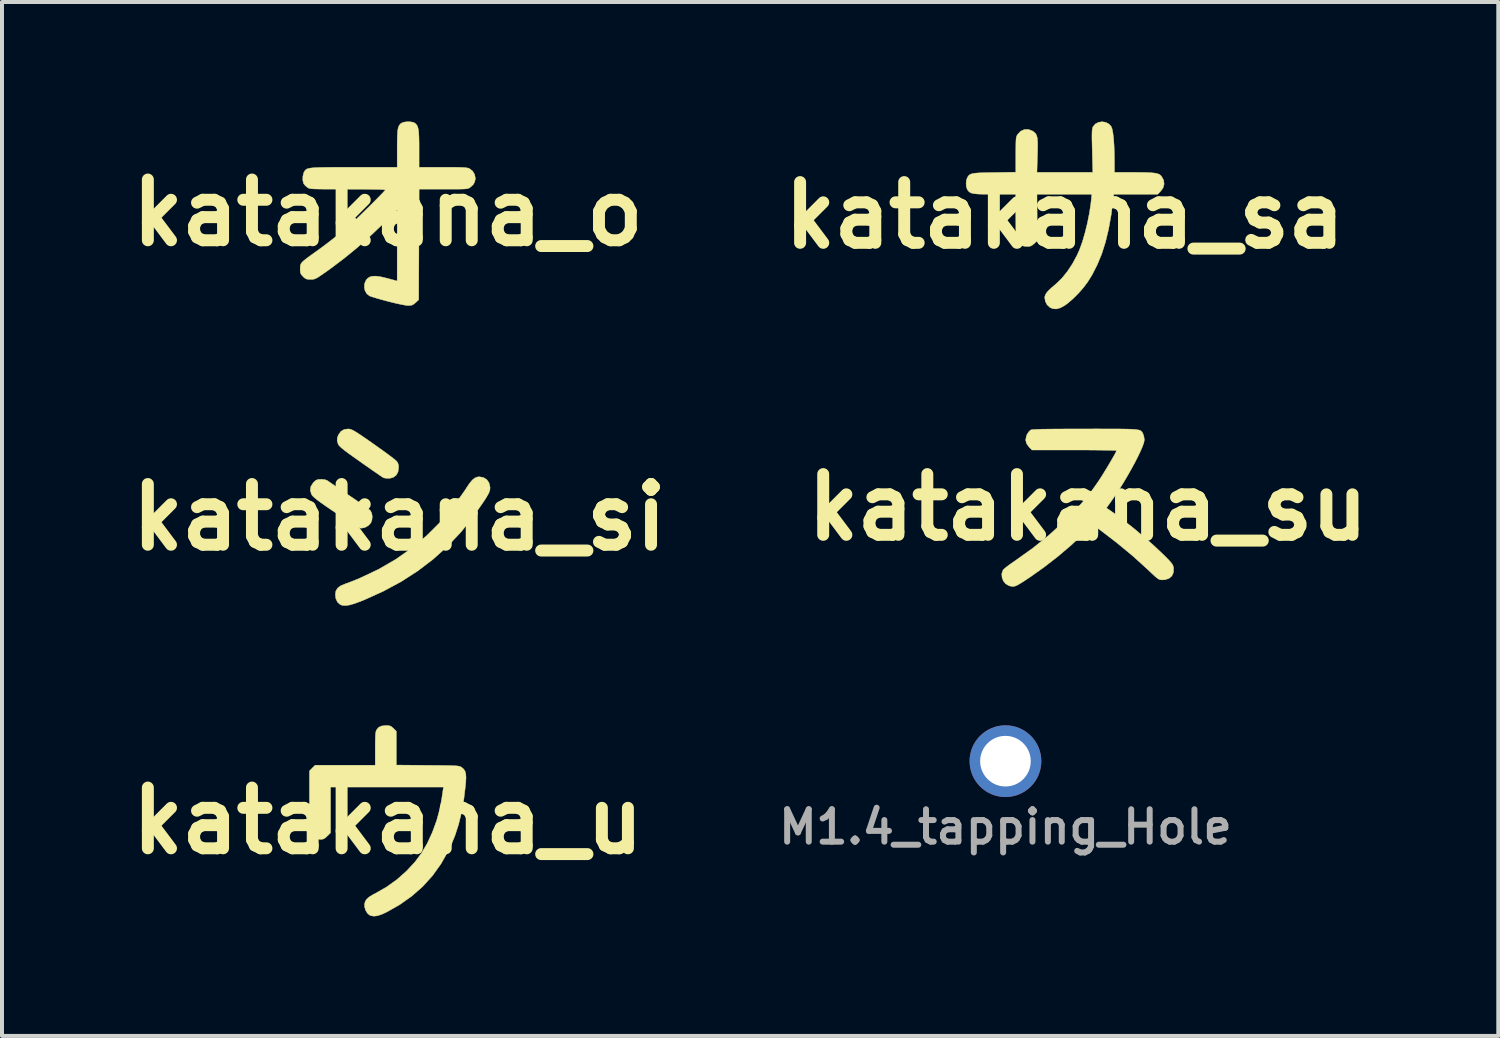
<source format=kicad_pcb>
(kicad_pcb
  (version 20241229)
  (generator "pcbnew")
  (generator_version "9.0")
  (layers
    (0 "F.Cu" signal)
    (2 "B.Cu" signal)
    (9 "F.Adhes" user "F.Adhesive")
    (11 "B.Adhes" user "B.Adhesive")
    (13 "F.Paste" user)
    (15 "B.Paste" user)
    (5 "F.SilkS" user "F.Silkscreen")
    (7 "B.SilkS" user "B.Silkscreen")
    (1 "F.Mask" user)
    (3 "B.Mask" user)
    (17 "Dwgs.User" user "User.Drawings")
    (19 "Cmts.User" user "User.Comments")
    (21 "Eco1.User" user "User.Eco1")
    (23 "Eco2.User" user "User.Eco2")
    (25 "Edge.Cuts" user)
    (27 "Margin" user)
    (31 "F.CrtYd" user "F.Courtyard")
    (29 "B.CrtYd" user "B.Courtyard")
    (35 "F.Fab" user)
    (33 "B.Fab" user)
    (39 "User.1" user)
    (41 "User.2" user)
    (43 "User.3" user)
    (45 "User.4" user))
  (footprint "katakana_si"
    (layer "F.Cu")
    (at 6.974 9.931)
    (property "Reference" "katakana_si" (at 0 0 0) (layer "F.SilkS") (effects (font (size 1.524 1.524) (thickness 0.3))))
    (attr through_hole)
    (fp_poly (pts (xy -1.27 -2.216) (xy -1.239 -2.211) (xy -1.204 -2.2) (xy -1.161 -2.18) (xy -1.105 -2.148) (xy -1.033 -2.103) (xy -0.94 -2.04) (xy -0.821 -1.959) (xy -0.673 -1.855) (xy -0.656 -1.843) (xy -0.522 -1.748) (xy -0.397 -1.659) (xy -0.286 -1.577) (xy -0.194 -1.508) (xy -0.125 -1.455) (xy -0.085 -1.421) (xy -0.079 -1.416) (xy -0.042 -1.367) (xy -0.025 -1.312) (xy -0.021 -1.248) (xy -0.036 -1.138) (xy -0.081 -1.057) (xy -0.15 -1.004) (xy -0.225 -0.981) (xy -0.311 -0.976) (xy -0.389 -0.988) (xy -0.413 -0.999) (xy -0.44 -1.017) (xy -0.498 -1.056) (xy -0.58 -1.113) (xy -0.684 -1.184) (xy -0.803 -1.268) (xy -0.934 -1.359) (xy -0.981 -1.393) (xy -1.138 -1.504) (xy -1.264 -1.594) (xy -1.361 -1.666) (xy -1.433 -1.723) (xy -1.483 -1.767) (xy -1.516 -1.801) (xy -1.534 -1.828) (xy -1.537 -1.833) (xy -1.563 -1.919) (xy -1.558 -1.996) (xy -1.531 -2.068) (xy -1.47 -2.154) (xy -1.386 -2.204) (xy -1.282 -2.217) (xy -1.27 -2.216)) (stroke (width 0.01) (type solid)) (fill yes) (layer "F.SilkS"))
    (fp_poly (pts (xy 2.11 -0.997) (xy 2.192 -0.945) (xy 2.248 -0.864) (xy 2.273 -0.76) (xy 2.274 -0.741) (xy 2.271 -0.694) (xy 2.259 -0.647) (xy 2.235 -0.592) (xy 2.193 -0.519) (xy 2.142 -0.436) (xy 1.852 -0.015) (xy 1.542 0.373) (xy 1.208 0.727) (xy 0.848 1.051) (xy 0.461 1.346) (xy 0.045 1.614) (xy -0.404 1.856) (xy -0.886 2.074) (xy -0.953 2.101) (xy -1.113 2.161) (xy -1.243 2.2) (xy -1.346 2.216) (xy -1.427 2.212) (xy -1.487 2.191) (xy -1.555 2.129) (xy -1.597 2.038) (xy -1.609 1.939) (xy -1.595 1.849) (xy -1.552 1.777) (xy -1.475 1.719) (xy -1.36 1.671) (xy -1.359 1.67) (xy -1.281 1.643) (xy -1.179 1.603) (xy -1.066 1.558) (xy -0.974 1.519) (xy -0.519 1.303) (xy -0.09 1.054) (xy 0.312 0.772) (xy 0.687 0.458) (xy 1.033 0.113) (xy 1.351 -0.263) (xy 1.639 -0.669) (xy 1.683 -0.739) (xy 1.761 -0.854) (xy 1.829 -0.935) (xy 1.892 -0.986) (xy 1.956 -1.011) (xy 2.007 -1.016) (xy 2.11 -0.997)) (stroke (width 0.01) (type solid)) (fill yes) (layer "F.SilkS"))
    (fp_poly (pts (xy -1.868 -0.944) (xy -1.803 -0.918) (xy -1.797 -0.913) (xy -1.766 -0.891) (xy -1.706 -0.849) (xy -1.62 -0.791) (xy -1.515 -0.719) (xy -1.395 -0.637) (xy -1.266 -0.549) (xy -1.259 -0.545) (xy -1.13 -0.457) (xy -1.011 -0.375) (xy -0.906 -0.301) (xy -0.822 -0.241) (xy -0.763 -0.197) (xy -0.733 -0.172) (xy -0.732 -0.172) (xy -0.696 -0.105) (xy -0.682 -0.018) (xy -0.691 0.073) (xy -0.719 0.144) (xy -0.782 0.21) (xy -0.867 0.257) (xy -0.957 0.275) (xy -0.957 0.275) (xy -1.002 0.264) (xy -1.065 0.237) (xy -1.111 0.212) (xy -1.157 0.183) (xy -1.232 0.135) (xy -1.33 0.07) (xy -1.446 -0.007) (xy -1.572 -0.093) (xy -1.693 -0.175) (xy -1.842 -0.276) (xy -1.959 -0.358) (xy -2.048 -0.423) (xy -2.113 -0.475) (xy -2.159 -0.515) (xy -2.19 -0.548) (xy -2.208 -0.577) (xy -2.209 -0.579) (xy -2.237 -0.677) (xy -2.223 -0.772) (xy -2.167 -0.863) (xy -2.149 -0.882) (xy -2.102 -0.924) (xy -2.057 -0.945) (xy -1.997 -0.952) (xy -1.963 -0.953) (xy -1.868 -0.944)) (stroke (width 0.01) (type solid)) (fill yes) (layer "F.SilkS")))
  (footprint "katakana_u"
    (layer "F.Cu")
    (at 6.684 17.549)
    (property "Reference" "katakana_u" (at 0 0 0) (layer "F.SilkS") (effects (font (size 1.524 1.524) (thickness 0.3))))
    (attr through_hole)
    (fp_poly (pts (xy 0.031 -2.388) (xy 0.081 -2.37) (xy 0.129 -2.33) (xy 0.14 -2.32) (xy 0.212 -2.248) (xy 0.212 -1.4) (xy 1 -1.393) (xy 1.204 -1.391) (xy 1.369 -1.39) (xy 1.501 -1.388) (xy 1.603 -1.385) (xy 1.681 -1.382) (xy 1.738 -1.378) (xy 1.779 -1.372) (xy 1.808 -1.365) (xy 1.829 -1.356) (xy 1.847 -1.344) (xy 1.856 -1.338) (xy 1.904 -1.296) (xy 1.937 -1.244) (xy 1.955 -1.177) (xy 1.961 -1.086) (xy 1.955 -0.964) (xy 1.948 -0.893) (xy 1.905 -0.534) (xy 1.848 -0.21) (xy 1.775 0.088) (xy 1.686 0.364) (xy 1.579 0.626) (xy 1.519 0.751) (xy 1.332 1.08) (xy 1.118 1.379) (xy 0.873 1.649) (xy 0.598 1.891) (xy 0.29 2.108) (xy -0.018 2.283) (xy -0.152 2.346) (xy -0.262 2.382) (xy -0.352 2.393) (xy -0.429 2.379) (xy -0.458 2.367) (xy -0.513 2.32) (xy -0.558 2.247) (xy -0.584 2.162) (xy -0.586 2.091) (xy -0.569 2.024) (xy -0.532 1.965) (xy -0.469 1.91) (xy -0.375 1.852) (xy -0.307 1.817) (xy -0.033 1.66) (xy 0.228 1.473) (xy 0.468 1.26) (xy 0.681 1.03) (xy 0.841 0.815) (xy 0.989 0.564) (xy 1.118 0.283) (xy 1.226 -0.014) (xy 1.308 -0.316) (xy 1.353 -0.561) (xy 1.365 -0.649) (xy 1.377 -0.728) (xy 1.385 -0.783) (xy 1.386 -0.788) (xy 1.396 -0.847) (xy -1.439 -0.847) (xy -1.439 0.301) (xy -1.522 0.383) (xy -1.577 0.433) (xy -1.624 0.458) (xy -1.68 0.465) (xy -1.695 0.466) (xy -1.788 0.45) (xy -1.872 0.407) (xy -1.934 0.345) (xy -1.946 0.322) (xy -1.953 0.286) (xy -1.958 0.209) (xy -1.963 0.092) (xy -1.966 -0.062) (xy -1.968 -0.251) (xy -1.968 -0.476) (xy -1.968 -0.49) (xy -1.968 -1.253) (xy -1.897 -1.325) (xy -1.825 -1.397) (xy -0.318 -1.397) (xy -0.318 -1.812) (xy -0.317 -1.96) (xy -0.315 -2.071) (xy -0.312 -2.153) (xy -0.306 -2.211) (xy -0.297 -2.252) (xy -0.285 -2.281) (xy -0.282 -2.286) (xy -0.232 -2.345) (xy -0.163 -2.379) (xy -0.064 -2.391) (xy -0.039 -2.392) (xy 0.031 -2.388)) (stroke (width 0.01) (type solid)) (fill yes) (layer "F.SilkS")))
  (footprint "katakana_sa"
    (layer "F.Cu")
    (at 23.669 2.354)
    (property "Reference" "katakana_sa" (at 0 0 0) (layer "F.SilkS") (effects (font (size 1.524 1.524) (thickness 0.3))))
    (attr through_hole)
    (fp_poly (pts (xy 1.028 -2.335) (xy 1.109 -2.293) (xy 1.166 -2.231) (xy 1.19 -2.168) (xy 1.21 -2.065) (xy 1.227 -1.925) (xy 1.239 -1.75) (xy 1.246 -1.543) (xy 1.248 -1.349) (xy 1.249 -1.079) (xy 1.72 -1.079) (xy 1.904 -1.078) (xy 2.051 -1.075) (xy 2.165 -1.07) (xy 2.252 -1.061) (xy 2.317 -1.049) (xy 2.364 -1.033) (xy 2.399 -1.011) (xy 2.426 -0.984) (xy 2.428 -0.981) (xy 2.482 -0.884) (xy 2.495 -0.784) (xy 2.467 -0.686) (xy 2.403 -0.6) (xy 2.333 -0.529) (xy 1.231 -0.529) (xy 1.217 -0.407) (xy 1.166 -0.013) (xy 1.102 0.344) (xy 1.024 0.669) (xy 0.93 0.965) (xy 0.819 1.236) (xy 0.691 1.487) (xy 0.581 1.665) (xy 0.476 1.806) (xy 0.351 1.95) (xy 0.217 2.085) (xy 0.084 2.2) (xy 0.003 2.26) (xy -0.112 2.323) (xy -0.214 2.35) (xy -0.307 2.34) (xy -0.372 2.31) (xy -0.442 2.245) (xy -0.487 2.158) (xy -0.501 2.064) (xy -0.498 2.036) (xy -0.483 1.991) (xy -0.454 1.943) (xy -0.406 1.887) (xy -0.333 1.819) (xy -0.232 1.732) (xy -0.214 1.717) (xy -0.071 1.579) (xy 0.068 1.407) (xy 0.198 1.21) (xy 0.312 0.997) (xy 0.378 0.847) (xy 0.448 0.651) (xy 0.513 0.426) (xy 0.572 0.183) (xy 0.621 -0.063) (xy 0.657 -0.302) (xy 0.666 -0.386) (xy 0.681 -0.529) (xy -0.696 -0.529) (xy -0.692 0.054) (xy -0.688 0.638) (xy -0.767 0.71) (xy -0.825 0.757) (xy -0.878 0.778) (xy -0.944 0.783) (xy -1.019 0.775) (xy -1.087 0.755) (xy -1.102 0.747) (xy -1.138 0.724) (xy -1.166 0.697) (xy -1.187 0.662) (xy -1.203 0.614) (xy -1.214 0.548) (xy -1.222 0.459) (xy -1.226 0.342) (xy -1.227 0.192) (xy -1.228 0.023) (xy -1.228 -0.529) (xy -1.758 -0.529) (xy -1.935 -0.53) (xy -2.076 -0.531) (xy -2.184 -0.535) (xy -2.265 -0.543) (xy -2.325 -0.554) (xy -2.368 -0.57) (xy -2.4 -0.592) (xy -2.425 -0.62) (xy -2.442 -0.644) (xy -2.468 -0.713) (xy -2.475 -0.802) (xy -2.465 -0.891) (xy -2.441 -0.953) (xy -2.42 -0.986) (xy -2.395 -1.012) (xy -2.362 -1.032) (xy -2.316 -1.047) (xy -2.251 -1.058) (xy -2.163 -1.065) (xy -2.047 -1.07) (xy -1.897 -1.073) (xy -1.762 -1.075) (xy -1.228 -1.083) (xy -1.228 -1.522) (xy -1.227 -1.67) (xy -1.226 -1.782) (xy -1.224 -1.864) (xy -1.22 -1.922) (xy -1.213 -1.963) (xy -1.203 -1.994) (xy -1.189 -2.019) (xy -1.179 -2.034) (xy -1.105 -2.111) (xy -1.014 -2.153) (xy -0.915 -2.157) (xy -0.816 -2.121) (xy -0.811 -2.118) (xy -0.766 -2.087) (xy -0.732 -2.055) (xy -0.708 -2.013) (xy -0.692 -1.958) (xy -0.682 -1.882) (xy -0.679 -1.78) (xy -0.68 -1.647) (xy -0.684 -1.508) (xy -0.697 -1.079) (xy 0.705 -1.079) (xy 0.691 -1.62) (xy 0.687 -1.789) (xy 0.684 -1.922) (xy 0.684 -2.023) (xy 0.686 -2.098) (xy 0.69 -2.151) (xy 0.697 -2.189) (xy 0.706 -2.215) (xy 0.709 -2.223) (xy 0.767 -2.292) (xy 0.846 -2.334) (xy 0.936 -2.349) (xy 1.028 -2.335)) (stroke (width 0.01) (type solid)) (fill yes) (layer "F.SilkS")))
  (footprint "katakana_o"
    (layer "F.Cu")
    (at 6.684 2.29)
    (property "Reference" "katakana_o" (at 0 0 0) (layer "F.SilkS") (effects (font (size 1.524 1.524) (thickness 0.3))))
    (attr through_hole)
    (fp_poly (pts (xy 0.565 -2.284) (xy 0.639 -2.27) (xy 0.67 -2.255) (xy 0.704 -2.227) (xy 0.731 -2.193) (xy 0.751 -2.148) (xy 0.765 -2.087) (xy 0.775 -2.003) (xy 0.78 -1.893) (xy 0.783 -1.749) (xy 0.783 -1.611) (xy 0.783 -1.143) (xy 1.381 -1.143) (xy 1.559 -1.143) (xy 1.7 -1.142) (xy 1.809 -1.14) (xy 1.891 -1.137) (xy 1.951 -1.132) (xy 1.995 -1.125) (xy 2.027 -1.117) (xy 2.052 -1.106) (xy 2.128 -1.045) (xy 2.177 -0.961) (xy 2.195 -0.866) (xy 2.191 -0.831) (xy 2.173 -0.761) (xy 2.141 -0.707) (xy 2.084 -0.654) (xy 2.066 -0.64) (xy 2.047 -0.626) (xy 2.027 -0.615) (xy 2 -0.607) (xy 1.961 -0.601) (xy 1.906 -0.597) (xy 1.828 -0.595) (xy 1.725 -0.593) (xy 1.589 -0.593) (xy 1.417 -0.593) (xy 1.395 -0.593) (xy 0.784 -0.593) (xy 0.773 2.183) (xy 0.694 2.256) (xy 0.64 2.3) (xy 0.591 2.321) (xy 0.528 2.327) (xy 0.503 2.327) (xy 0.447 2.321) (xy 0.359 2.305) (xy 0.247 2.282) (xy 0.122 2.253) (xy 0 2.222) (xy -0.127 2.188) (xy -0.245 2.155) (xy -0.345 2.125) (xy -0.419 2.102) (xy -0.459 2.087) (xy -0.529 2.032) (xy -0.574 1.954) (xy -0.592 1.863) (xy -0.583 1.77) (xy -0.545 1.686) (xy -0.51 1.647) (xy -0.455 1.61) (xy -0.385 1.591) (xy -0.295 1.59) (xy -0.18 1.606) (xy -0.034 1.64) (xy 0.005 1.65) (xy 0.233 1.712) (xy 0.233 -0.07) (xy -0.143 0.298) (xy -0.467 0.606) (xy -0.782 0.885) (xy -1.102 1.146) (xy -1.436 1.398) (xy -1.598 1.513) (xy -1.692 1.578) (xy -1.761 1.623) (xy -1.812 1.65) (xy -1.854 1.665) (xy -1.897 1.671) (xy -1.941 1.672) (xy -2.014 1.669) (xy -2.062 1.655) (xy -2.106 1.623) (xy -2.129 1.6) (xy -2.171 1.554) (xy -2.193 1.511) (xy -2.201 1.454) (xy -2.201 1.408) (xy -2.199 1.335) (xy -2.186 1.287) (xy -2.158 1.247) (xy -2.132 1.22) (xy -2.088 1.183) (xy -2.019 1.129) (xy -1.932 1.065) (xy -1.837 0.997) (xy -1.82 0.985) (xy -1.665 0.874) (xy -1.492 0.743) (xy -1.312 0.603) (xy -1.137 0.461) (xy -0.979 0.328) (xy -0.931 0.286) (xy -0.873 0.234) (xy -0.797 0.162) (xy -0.708 0.077) (xy -0.611 -0.018) (xy -0.509 -0.118) (xy -0.408 -0.218) (xy -0.312 -0.314) (xy -0.225 -0.402) (xy -0.153 -0.476) (xy -0.099 -0.533) (xy -0.069 -0.568) (xy -0.064 -0.576) (xy -0.084 -0.579) (xy -0.143 -0.583) (xy -0.235 -0.586) (xy -0.357 -0.588) (xy -0.504 -0.59) (xy -0.673 -0.592) (xy -0.858 -0.592) (xy -1.009 -0.593) (xy -1.234 -0.593) (xy -1.42 -0.593) (xy -1.572 -0.594) (xy -1.693 -0.595) (xy -1.787 -0.597) (xy -1.859 -0.599) (xy -1.912 -0.603) (xy -1.95 -0.608) (xy -1.978 -0.615) (xy -1.998 -0.623) (xy -2.015 -0.633) (xy -2.024 -0.64) (xy -2.076 -0.684) (xy -2.112 -0.73) (xy -2.116 -0.736) (xy -2.135 -0.816) (xy -2.134 -0.911) (xy -2.114 -0.998) (xy -2.105 -1.019) (xy -2.09 -1.045) (xy -2.074 -1.068) (xy -2.054 -1.086) (xy -2.025 -1.102) (xy -1.984 -1.114) (xy -1.928 -1.124) (xy -1.854 -1.131) (xy -1.757 -1.136) (xy -1.635 -1.139) (xy -1.484 -1.141) (xy -1.301 -1.143) (xy -1.082 -1.143) (xy -0.847 -1.143) (xy 0.233 -1.143) (xy 0.233 -1.609) (xy 0.234 -1.782) (xy 0.237 -1.918) (xy 0.242 -2.023) (xy 0.252 -2.101) (xy 0.267 -2.158) (xy 0.288 -2.199) (xy 0.315 -2.231) (xy 0.341 -2.251) (xy 0.399 -2.274) (xy 0.48 -2.285) (xy 0.565 -2.284)) (stroke (width 0.01) (type solid)) (fill yes) (layer "F.SilkS")))
  (footprint "katakana_su"
    (layer "F.Cu")
    (at 24.249 9.682)
    (property "Reference" "katakana_su" (at 0 0 0) (layer "F.SilkS") (effects (font (size 1.524 1.524) (thickness 0.3))))
    (attr through_hole)
    (fp_poly (pts (xy 0.454 -1.968) (xy 0.654 -1.968) (xy 0.821 -1.967) (xy 0.959 -1.965) (xy 1.069 -1.962) (xy 1.157 -1.957) (xy 1.224 -1.95) (xy 1.274 -1.942) (xy 1.31 -1.931) (xy 1.335 -1.917) (xy 1.353 -1.901) (xy 1.366 -1.882) (xy 1.378 -1.859) (xy 1.387 -1.841) (xy 1.407 -1.78) (xy 1.418 -1.705) (xy 1.418 -1.689) (xy 1.407 -1.626) (xy 1.374 -1.532) (xy 1.323 -1.413) (xy 1.257 -1.273) (xy 1.177 -1.118) (xy 1.087 -0.952) (xy 0.989 -0.78) (xy 0.886 -0.607) (xy 0.78 -0.438) (xy 0.674 -0.277) (xy 0.583 -0.147) (xy 0.468 0.014) (xy 0.663 0.152) (xy 0.911 0.336) (xy 1.17 0.541) (xy 1.429 0.758) (xy 1.676 0.977) (xy 1.901 1.19) (xy 1.987 1.276) (xy 2.059 1.351) (xy 2.105 1.406) (xy 2.133 1.45) (xy 2.147 1.493) (xy 2.153 1.529) (xy 2.148 1.637) (xy 2.108 1.723) (xy 2.037 1.784) (xy 1.937 1.816) (xy 1.874 1.82) (xy 1.839 1.819) (xy 1.808 1.814) (xy 1.776 1.8) (xy 1.737 1.774) (xy 1.686 1.731) (xy 1.617 1.668) (xy 1.524 1.58) (xy 1.497 1.554) (xy 1.133 1.224) (xy 0.733 0.893) (xy 0.4 0.637) (xy 0.121 0.429) (xy -0.118 0.667) (xy -0.418 0.949) (xy -0.748 1.23) (xy -1.099 1.502) (xy -1.459 1.757) (xy -1.482 1.772) (xy -1.604 1.853) (xy -1.698 1.912) (xy -1.77 1.953) (xy -1.825 1.976) (xy -1.872 1.986) (xy -1.915 1.983) (xy -1.962 1.971) (xy -1.989 1.962) (xy -2.065 1.916) (xy -2.121 1.844) (xy -2.153 1.757) (xy -2.159 1.667) (xy -2.133 1.585) (xy -2.118 1.562) (xy -2.085 1.531) (xy -2.025 1.483) (xy -1.945 1.424) (xy -1.853 1.36) (xy -1.828 1.343) (xy -1.376 1.02) (xy -0.956 0.681) (xy -0.562 0.319) (xy -0.451 0.209) (xy -0.28 0.032) (xy -0.135 -0.128) (xy -0.005 -0.283) (xy 0.116 -0.441) (xy 0.238 -0.613) (xy 0.253 -0.636) (xy 0.311 -0.722) (xy 0.375 -0.824) (xy 0.443 -0.934) (xy 0.511 -1.046) (xy 0.575 -1.155) (xy 0.632 -1.253) (xy 0.678 -1.334) (xy 0.708 -1.393) (xy 0.72 -1.423) (xy 0.72 -1.423) (xy 0.699 -1.427) (xy 0.64 -1.429) (xy 0.547 -1.432) (xy 0.424 -1.434) (xy 0.274 -1.436) (xy 0.102 -1.438) (xy -0.089 -1.439) (xy -0.293 -1.439) (xy -0.341 -1.439) (xy -1.401 -1.439) (xy -1.472 -1.51) (xy -1.536 -1.597) (xy -1.56 -1.69) (xy -1.541 -1.791) (xy -1.526 -1.827) (xy -1.488 -1.888) (xy -1.445 -1.933) (xy -1.427 -1.944) (xy -1.401 -1.95) (xy -1.348 -1.954) (xy -1.265 -1.958) (xy -1.151 -1.962) (xy -1.004 -1.964) (xy -0.822 -1.966) (xy -0.603 -1.967) (xy -0.346 -1.968) (xy -0.057 -1.968) (xy 0.218 -1.969) (xy 0.454 -1.968)) (stroke (width 0.01) (type solid)) (fill yes) (layer "F.SilkS")))
  (footprint "M1.4_tapping_Hole"
    (layer "F.Cu")
    (at 22.182 16.052)
    (property "Reference" "M1.4_tapping_Hole" (at 0 1.651 0) (layer "F.Fab") (effects (font (size 0.813 0.813) (thickness 0.15))))
    (attr through_hole)
    (pad "" np_thru_hole circle (at 0 0) (size 1.8 1.8) (drill 1.27) (layers "*.Cu" "*.Mask")))
  (gr_rect
    (start -3 -3)
    (end 34.55 22.947)
    (stroke (width 0.1) (type default))
    (fill no)
    (layer "Edge.Cuts")))
</source>
